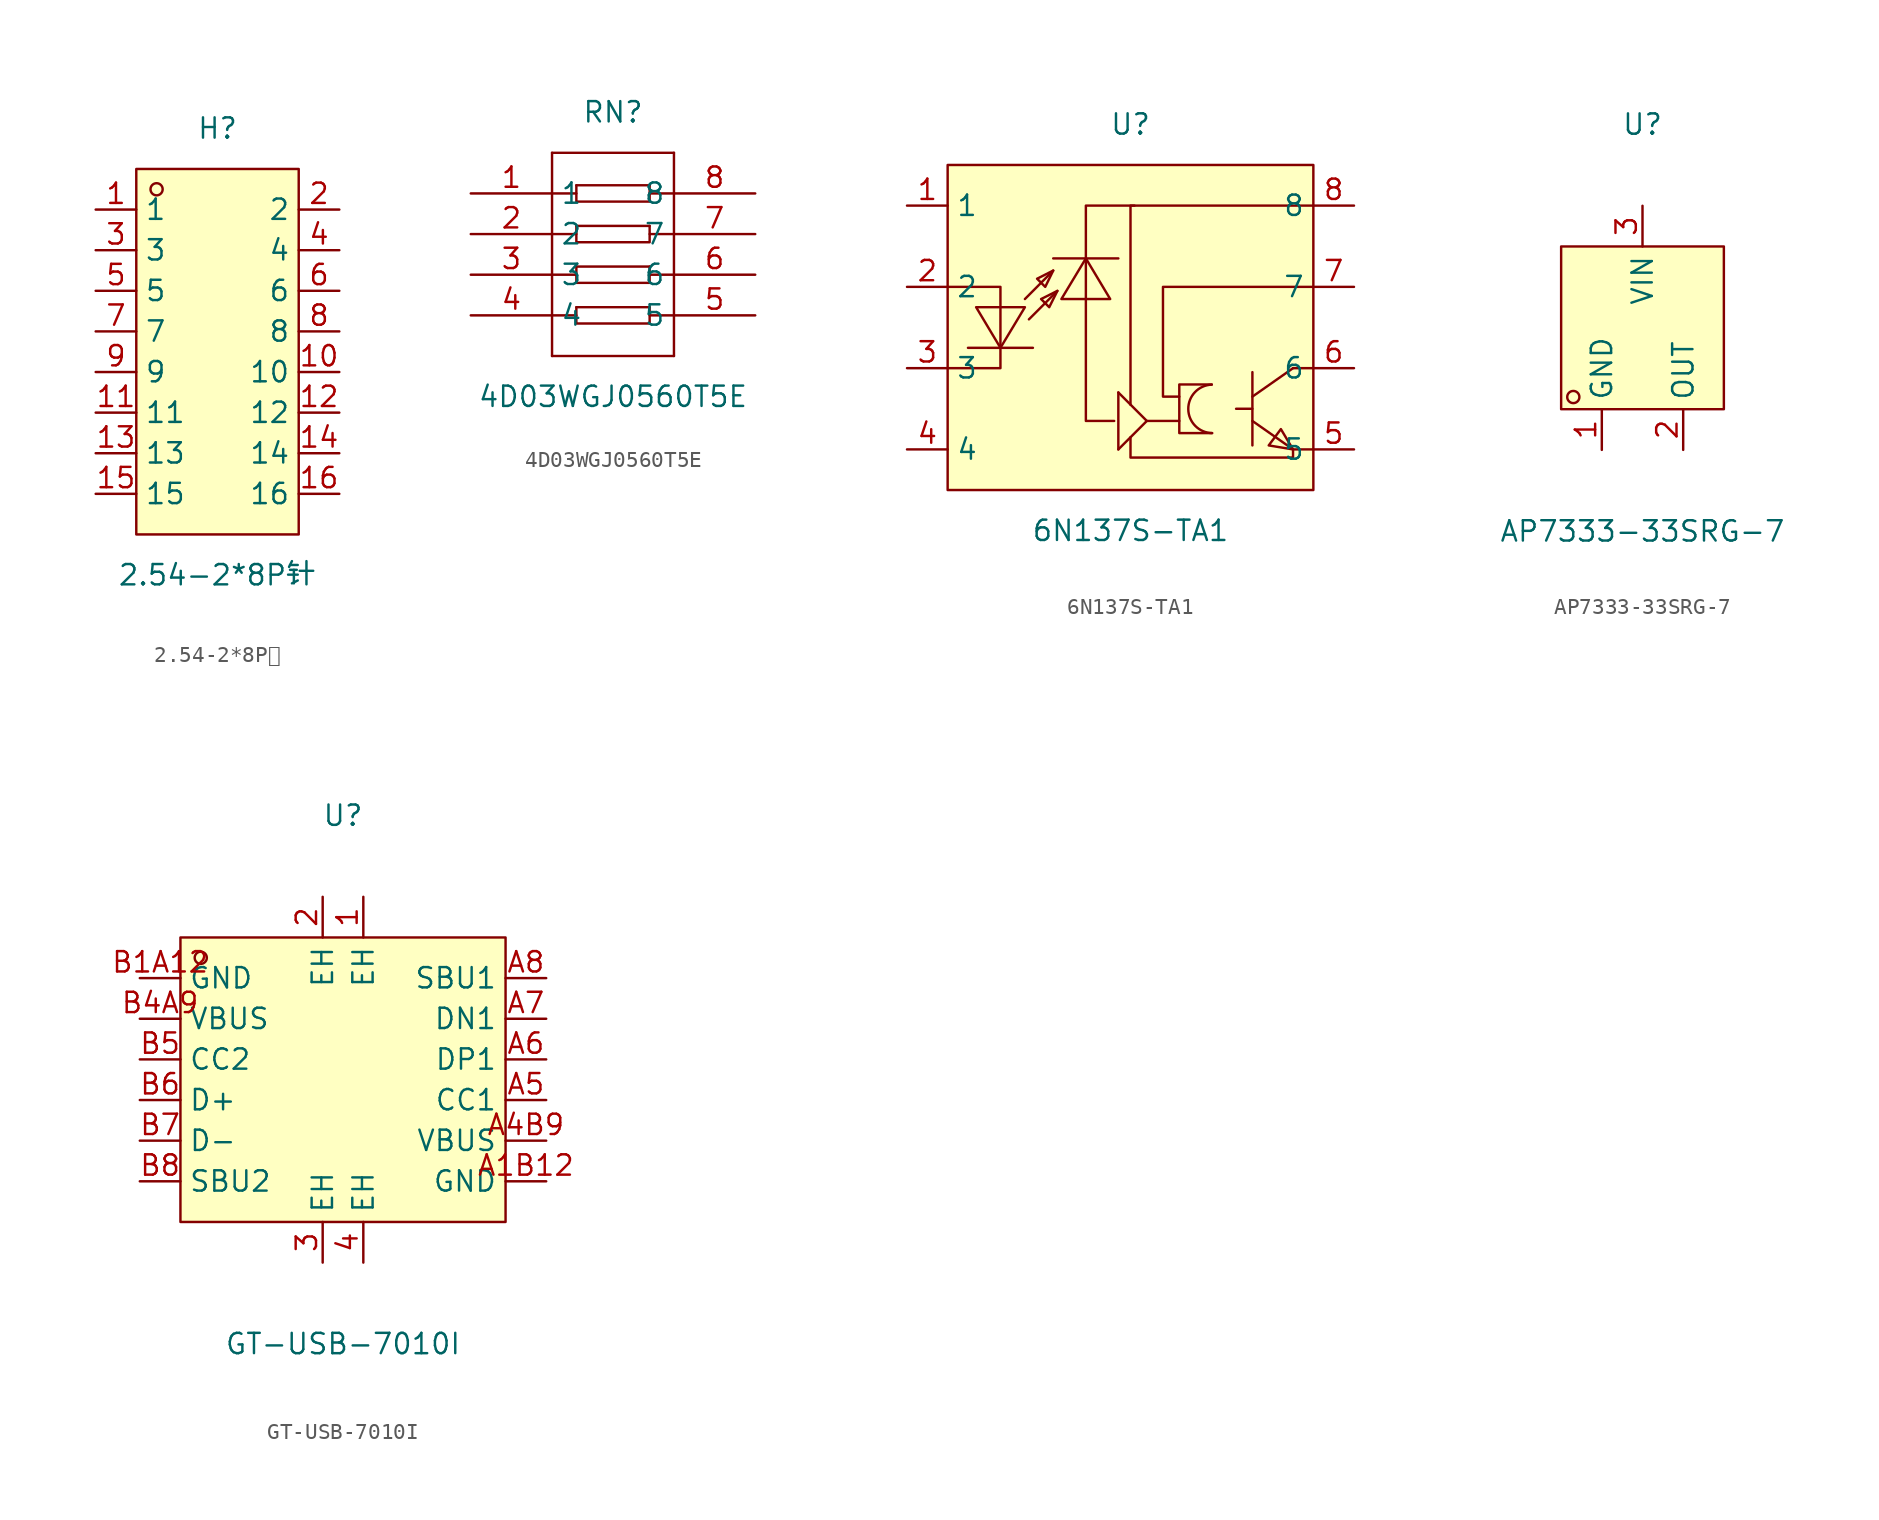
<source format=kicad_sym>
(kicad_symbol_lib
  (version 20211014)
  (generator https://github.com/uPesy/easyeda2kicad.py)
  (symbol "2.54-2*8P针"
    (property "Reference" "H"
      (at 0 13.97 0)
      (effects (font (size 1.27 1.27))))
    (property "Value" "2.54-2*8P针"
      (at 0 -13.97 0)
      (effects (font (size 1.27 1.27))))
    (symbol "2.54-2*8P针_0_1"
      (rectangle (start -5.08 11.43) (end 5.08 -11.43) (stroke (width 0) (type default) (color 0 0 0 0)) (fill (type background)))
      (circle (center -3.81 10.16) (radius 0.38) (stroke (width 0) (type default) (color 0 0 0 0)) (fill (type none)))
      (pin unspecified line (at -7.62 8.89 0) (length 2.54) (name "1" (effects (font (size 1.27 1.27)))) (number "1" (effects (font (size 1.27 1.27)))))
      (pin unspecified line (at 7.62 -8.89 180) (length 2.54) (name "16" (effects (font (size 1.27 1.27)))) (number "16" (effects (font (size 1.27 1.27)))))
      (pin unspecified line (at -7.62 6.35 0) (length 2.54) (name "3" (effects (font (size 1.27 1.27)))) (number "3" (effects (font (size 1.27 1.27)))))
      (pin unspecified line (at 7.62 -6.35 180) (length 2.54) (name "14" (effects (font (size 1.27 1.27)))) (number "14" (effects (font (size 1.27 1.27)))))
      (pin unspecified line (at -7.62 3.81 0) (length 2.54) (name "5" (effects (font (size 1.27 1.27)))) (number "5" (effects (font (size 1.27 1.27)))))
      (pin unspecified line (at 7.62 -3.81 180) (length 2.54) (name "12" (effects (font (size 1.27 1.27)))) (number "12" (effects (font (size 1.27 1.27)))))
      (pin unspecified line (at -7.62 1.27 0) (length 2.54) (name "7" (effects (font (size 1.27 1.27)))) (number "7" (effects (font (size 1.27 1.27)))))
      (pin unspecified line (at 7.62 -1.27 180) (length 2.54) (name "10" (effects (font (size 1.27 1.27)))) (number "10" (effects (font (size 1.27 1.27)))))
      (pin unspecified line (at -7.62 -1.27 0) (length 2.54) (name "9" (effects (font (size 1.27 1.27)))) (number "9" (effects (font (size 1.27 1.27)))))
      (pin unspecified line (at 7.62 1.27 180) (length 2.54) (name "8" (effects (font (size 1.27 1.27)))) (number "8" (effects (font (size 1.27 1.27)))))
      (pin unspecified line (at -7.62 -3.81 0) (length 2.54) (name "11" (effects (font (size 1.27 1.27)))) (number "11" (effects (font (size 1.27 1.27)))))
      (pin unspecified line (at 7.62 3.81 180) (length 2.54) (name "6" (effects (font (size 1.27 1.27)))) (number "6" (effects (font (size 1.27 1.27)))))
      (pin unspecified line (at -7.62 -6.35 0) (length 2.54) (name "13" (effects (font (size 1.27 1.27)))) (number "13" (effects (font (size 1.27 1.27)))))
      (pin unspecified line (at 7.62 6.35 180) (length 2.54) (name "4" (effects (font (size 1.27 1.27)))) (number "4" (effects (font (size 1.27 1.27)))))
      (pin unspecified line (at -7.62 -8.89 0) (length 2.54) (name "15" (effects (font (size 1.27 1.27)))) (number "15" (effects (font (size 1.27 1.27)))))
      (pin unspecified line (at 7.62 8.89 180) (length 2.54) (name "2" (effects (font (size 1.27 1.27)))) (number "2" (effects (font (size 1.27 1.27)))))))
  (symbol "4D03WGJ0560T5E"
    (property "Reference" "RN"
      (at 0 8.89 0)
      (effects (font (size 1.27 1.27))))
    (property "Value" "4D03WGJ0560T5E"
      (at 0 -8.89 0)
      (effects (font (size 1.27 1.27))))
    (symbol "4D03WGJ0560T5E_0_1"
      (polyline (pts (xy -3.81 -3.81) (xy -2.29 -3.81)) (stroke (width 0) (type default) (color 0 0 0 0)) (fill (type none)))
      (polyline (pts (xy -3.81 6.35) (xy -3.81 -6.35)) (stroke (width 0) (type default) (color 0 0 0 0)) (fill (type none)))
      (polyline (pts (xy 3.81 6.35) (xy 3.81 -6.35)) (stroke (width 0) (type default) (color 0 0 0 0)) (fill (type none)))
      (polyline (pts (xy -3.81 3.81) (xy -2.29 3.81)) (stroke (width 0) (type default) (color 0 0 0 0)) (fill (type none)))
      (polyline (pts (xy -3.81 -1.27) (xy -2.29 -1.27)) (stroke (width 0) (type default) (color 0 0 0 0)) (fill (type none)))
      (polyline (pts (xy -3.81 6.35) (xy 3.81 6.35)) (stroke (width 0) (type default) (color 0 0 0 0)) (fill (type none)))
      (polyline (pts (xy -3.81 1.27) (xy -2.29 1.27)) (stroke (width 0) (type default) (color 0 0 0 0)) (fill (type none)))
      (polyline (pts (xy -2.29 4.32) (xy 2.29 4.32)) (stroke (width 0) (type default) (color 0 0 0 0)) (fill (type none)))
      (polyline (pts (xy -2.29 4.32) (xy -2.29 3.30) (xy 2.29 3.30) (xy 2.29 4.32)) (stroke (width 0) (type default) (color 0 0 0 0)) (fill (type none)))
      (polyline (pts (xy -2.29 1.78) (xy 2.29 1.78)) (stroke (width 0) (type default) (color 0 0 0 0)) (fill (type none)))
      (polyline (pts (xy -2.29 1.78) (xy -2.29 0.76) (xy 2.29 0.76) (xy 2.29 1.78)) (stroke (width 0) (type default) (color 0 0 0 0)) (fill (type none)))
      (polyline (pts (xy -2.29 -0.76) (xy 2.29 -0.76)) (stroke (width 0) (type default) (color 0 0 0 0)) (fill (type none)))
      (polyline (pts (xy -2.29 -0.76) (xy -2.29 -1.78) (xy 2.29 -1.78) (xy 2.29 -0.76)) (stroke (width 0) (type default) (color 0 0 0 0)) (fill (type none)))
      (polyline (pts (xy -2.29 -3.30) (xy 2.29 -3.30)) (stroke (width 0) (type default) (color 0 0 0 0)) (fill (type none)))
      (polyline (pts (xy -2.29 -3.30) (xy -2.29 -4.32) (xy 2.29 -4.32) (xy 2.29 -3.30)) (stroke (width 0) (type default) (color 0 0 0 0)) (fill (type none)))
      (polyline (pts (xy 2.29 3.81) (xy 3.81 3.81)) (stroke (width 0) (type default) (color 0 0 0 0)) (fill (type none)))
      (polyline (pts (xy 2.29 1.27) (xy 3.81 1.27)) (stroke (width 0) (type default) (color 0 0 0 0)) (fill (type none)))
      (polyline (pts (xy 2.29 -1.27) (xy 3.81 -1.27)) (stroke (width 0) (type default) (color 0 0 0 0)) (fill (type none)))
      (polyline (pts (xy 2.29 -3.81) (xy 3.81 -3.81)) (stroke (width 0) (type default) (color 0 0 0 0)) (fill (type none)))
      (polyline (pts (xy -3.81 -6.35) (xy 3.81 -6.35)) (stroke (width 0) (type default) (color 0 0 0 0)) (fill (type none)))
      (pin input line (at -8.89 3.81 0) (length 5.08) (name "1" (effects (font (size 1.27 1.27)))) (number "1" (effects (font (size 1.27 1.27)))))
      (pin input line (at -8.89 1.27 0) (length 5.08) (name "2" (effects (font (size 1.27 1.27)))) (number "2" (effects (font (size 1.27 1.27)))))
      (pin input line (at -8.89 -1.27 0) (length 5.08) (name "3" (effects (font (size 1.27 1.27)))) (number "3" (effects (font (size 1.27 1.27)))))
      (pin input line (at -8.89 -3.81 0) (length 5.08) (name "4" (effects (font (size 1.27 1.27)))) (number "4" (effects (font (size 1.27 1.27)))))
      (pin input line (at 8.89 -3.81 180) (length 5.08) (name "5" (effects (font (size 1.27 1.27)))) (number "5" (effects (font (size 1.27 1.27)))))
      (pin input line (at 8.89 -1.27 180) (length 5.08) (name "6" (effects (font (size 1.27 1.27)))) (number "6" (effects (font (size 1.27 1.27)))))
      (pin input line (at 8.89 1.27 180) (length 5.08) (name "7" (effects (font (size 1.27 1.27)))) (number "7" (effects (font (size 1.27 1.27)))))
      (pin input line (at 8.89 3.81 180) (length 5.08) (name "8" (effects (font (size 1.27 1.27)))) (number "8" (effects (font (size 1.27 1.27)))))))
  (symbol "6N137S-TA1"
    (property "Reference" "U"
      (at 0 12.70 0)
      (effects (font (size 1.27 1.27))))
    (property "Value" "6N137S-TA1"
      (at 0 -12.70 0)
      (effects (font (size 1.27 1.27))))
    (symbol "6N137S-TA1_0_1"
      (rectangle (start -11.43 10.16) (end 11.43 -10.16) (stroke (width 0) (type default) (color 0 0 0 0)) (fill (type background)))
      (arc (start 5.08 -3.57) (mid 4.76 -6.57) (end 5.11 -6.60) (stroke (width 0) (type default) (color 0 0 0 0)) (fill (type none)))
      (polyline (pts (xy -4.83 3.56) (xy -5.84 3.05) (xy -5.33 2.54) (xy -4.83 3.56)) (stroke (width 0) (type default) (color 0 0 0 0)) (fill (type background)))
      (polyline (pts (xy -4.57 2.29) (xy -5.59 1.78) (xy -5.08 1.27) (xy -4.57 2.29)) (stroke (width 0) (type default) (color 0 0 0 0)) (fill (type background)))
      (polyline (pts (xy -9.65 1.27) (xy -8.13 -1.27) (xy -6.60 1.27) (xy -9.65 1.27)) (stroke (width 0) (type default) (color 0 0 0 0)) (fill (type background)))
      (polyline (pts (xy -1.27 1.78) (xy -2.79 4.32) (xy -4.32 1.78) (xy -1.27 1.78)) (stroke (width 0) (type default) (color 0 0 0 0)) (fill (type background)))
      (polyline (pts (xy 10.16 -2.54) (xy 7.62 -4.32)) (stroke (width 0) (type default) (color 0 0 0 0)) (fill (type none)))
      (polyline (pts (xy 7.62 -5.84) (xy 10.16 -7.62)) (stroke (width 0) (type default) (color 0 0 0 0)) (fill (type none)))
      (polyline (pts (xy 7.62 -2.79) (xy 7.62 -7.37)) (stroke (width 0) (type default) (color 0 0 0 0)) (fill (type none)))
      (polyline (pts (xy -6.60 1.78) (xy -4.83 3.56)) (stroke (width 0) (type default) (color 0 0 0 0)) (fill (type none)))
      (polyline (pts (xy -6.35 0.51) (xy -4.57 2.29)) (stroke (width 0) (type default) (color 0 0 0 0)) (fill (type none)))
      (polyline (pts (xy -6.10 -1.27) (xy -10.16 -1.27)) (stroke (width 0) (type default) (color 0 0 0 0)) (fill (type none)))
      (polyline (pts (xy -11.43 2.54) (xy -8.13 2.54) (xy -8.13 -2.54) (xy -11.43 -2.54)) (stroke (width 0) (type default) (color 0 0 0 0)) (fill (type none)))
      (polyline (pts (xy -4.83 4.32) (xy -0.76 4.32)) (stroke (width 0) (type default) (color 0 0 0 0)) (fill (type none)))
      (polyline (pts (xy 5.08 -3.56) (xy 3.05 -3.56) (xy 3.05 -6.60) (xy 5.08 -6.60)) (stroke (width 0) (type default) (color 0 0 0 0)) (fill (type none)))
      (polyline (pts (xy 3.05 -4.32) (xy 2.03 -4.32) (xy 2.03 2.54) (xy 11.43 2.54)) (stroke (width 0) (type default) (color 0 0 0 0)) (fill (type none)))
      (polyline (pts (xy 10.16 -2.54) (xy 11.43 -2.54)) (stroke (width 0) (type default) (color 0 0 0 0)) (fill (type none)))
      (polyline (pts (xy 10.16 -7.62) (xy 11.43 -7.62)) (stroke (width 0) (type default) (color 0 0 0 0)) (fill (type none)))
      (polyline (pts (xy 7.62 -5.08) (xy 6.60 -5.08)) (stroke (width 0) (type default) (color 0 0 0 0)) (fill (type none)))
      (polyline (pts (xy 3.05 -5.84) (xy 1.02 -5.84)) (stroke (width 0) (type default) (color 0 0 0 0)) (fill (type none)))
      (polyline (pts (xy -0.76 -4.06) (xy 1.02 -5.84) (xy -0.76 -7.62)) (stroke (width 0) (type default) (color 0 0 0 0)) (fill (type none)))
      (polyline (pts (xy -0.76 -7.62) (xy -0.76 -4.06)) (stroke (width 0) (type default) (color 0 0 0 0)) (fill (type none)))
      (polyline (pts (xy 0.00 -4.83) (xy 0.00 7.62) (xy 11.43 7.62)) (stroke (width 0) (type default) (color 0 0 0 0)) (fill (type none)))
      (polyline (pts (xy 0.00 -6.86) (xy 0.00 -8.13) (xy 10.16 -8.13) (xy 10.16 -7.62)) (stroke (width 0) (type default) (color 0 0 0 0)) (fill (type none)))
      (polyline (pts (xy 0.25 7.62) (xy -2.79 7.62) (xy -2.79 -5.84) (xy -1.02 -5.84)) (stroke (width 0) (type default) (color 0 0 0 0)) (fill (type none)))
      (polyline (pts (xy 10.16 -7.62) (xy 9.40 -6.35) (xy 8.64 -7.37) (xy 10.16 -7.62)) (stroke (width 0) (type default) (color 0 0 0 0)) (fill (type background)))
      (pin unspecified line (at -13.97 -2.54 0) (length 2.54) (name "3" (effects (font (size 1.27 1.27)))) (number "3" (effects (font (size 1.27 1.27)))))
      (pin unspecified line (at -13.97 2.54 0) (length 2.54) (name "2" (effects (font (size 1.27 1.27)))) (number "2" (effects (font (size 1.27 1.27)))))
      (pin unspecified line (at 13.97 -7.62 180) (length 2.54) (name "5" (effects (font (size 1.27 1.27)))) (number "5" (effects (font (size 1.27 1.27)))))
      (pin unspecified line (at 13.97 -2.54 180) (length 2.54) (name "6" (effects (font (size 1.27 1.27)))) (number "6" (effects (font (size 1.27 1.27)))))
      (pin unspecified line (at -13.97 7.62 0) (length 2.54) (name "1" (effects (font (size 1.27 1.27)))) (number "1" (effects (font (size 1.27 1.27)))))
      (pin unspecified line (at -13.97 -7.62 0) (length 2.54) (name "4" (effects (font (size 1.27 1.27)))) (number "4" (effects (font (size 1.27 1.27)))))
      (pin unspecified line (at 13.97 2.54 180) (length 2.54) (name "7" (effects (font (size 1.27 1.27)))) (number "7" (effects (font (size 1.27 1.27)))))
      (pin unspecified line (at 13.97 7.62 180) (length 2.54) (name "8" (effects (font (size 1.27 1.27)))) (number "8" (effects (font (size 1.27 1.27)))))))
  (symbol "AP7333-33SRG-7"
    (property "Reference" "U"
      (at 0 12.70 0)
      (effects (font (size 1.27 1.27))))
    (property "Value" "AP7333-33SRG-7"
      (at 0 -12.70 0)
      (effects (font (size 1.27 1.27))))
    (symbol "AP7333-33SRG-7_0_1"
      (rectangle (start -5.08 5.08) (end 5.08 -5.08) (stroke (width 0) (type default) (color 0 0 0 0)) (fill (type background)))
      (circle (center -4.32 -4.32) (radius 0.38) (stroke (width 0) (type default) (color 0 0 0 0)) (fill (type none)))
      (pin unspecified line (at -2.54 -7.62 90) (length 2.54) (name "GND" (effects (font (size 1.27 1.27)))) (number "1" (effects (font (size 1.27 1.27)))))
      (pin unspecified line (at 2.54 -7.62 90) (length 2.54) (name "OUT" (effects (font (size 1.27 1.27)))) (number "2" (effects (font (size 1.27 1.27)))))
      (pin unspecified line (at 0.00 7.62 270) (length 2.54) (name "VIN" (effects (font (size 1.27 1.27)))) (number "3" (effects (font (size 1.27 1.27)))))))
  (symbol "GT-USB-7010I"
    (property "Reference" "U"
      (at 0 15.24 0)
      (effects (font (size 1.27 1.27))))
    (property "Value" "GT-USB-7010I"
      (at 0 -17.78 0)
      (effects (font (size 1.27 1.27))))
    (symbol "GT-USB-7010I_0_1"
      (rectangle (start -10.16 7.62) (end 10.16 -10.16) (stroke (width 0) (type default) (color 0 0 0 0)) (fill (type background)))
      (circle (center -8.89 6.35) (radius 0.38) (stroke (width 0) (type default) (color 0 0 0 0)) (fill (type none)))
      (pin unspecified line (at -12.70 5.08 0) (length 2.54) (name "GND" (effects (font (size 1.27 1.27)))) (number "B1A12" (effects (font (size 1.27 1.27)))))
      (pin unspecified line (at 12.70 2.54 180) (length 2.54) (name "DN1" (effects (font (size 1.27 1.27)))) (number "A7" (effects (font (size 1.27 1.27)))))
      (pin unspecified line (at 12.70 -0.00 180) (length 2.54) (name "DP1" (effects (font (size 1.27 1.27)))) (number "A6" (effects (font (size 1.27 1.27)))))
      (pin unspecified line (at 12.70 -2.54 180) (length 2.54) (name "CC1" (effects (font (size 1.27 1.27)))) (number "A5" (effects (font (size 1.27 1.27)))))
      (pin unspecified line (at 12.70 -7.62 180) (length 2.54) (name "GND" (effects (font (size 1.27 1.27)))) (number "A1B12" (effects (font (size 1.27 1.27)))))
      (pin unspecified line (at -12.70 -5.08 0) (length 2.54) (name "D-" (effects (font (size 1.27 1.27)))) (number "B7" (effects (font (size 1.27 1.27)))))
      (pin unspecified line (at -12.70 -2.54 0) (length 2.54) (name "D+" (effects (font (size 1.27 1.27)))) (number "B6" (effects (font (size 1.27 1.27)))))
      (pin unspecified line (at -12.70 -0.00 0) (length 2.54) (name "CC2" (effects (font (size 1.27 1.27)))) (number "B5" (effects (font (size 1.27 1.27)))))
      (pin unspecified line (at 12.70 5.08 180) (length 2.54) (name "SBU1" (effects (font (size 1.27 1.27)))) (number "A8" (effects (font (size 1.27 1.27)))))
      (pin unspecified line (at -12.70 -7.62 0) (length 2.54) (name "SBU2" (effects (font (size 1.27 1.27)))) (number "B8" (effects (font (size 1.27 1.27)))))
      (pin unspecified line (at -12.70 2.54 0) (length 2.54) (name "VBUS" (effects (font (size 1.27 1.27)))) (number "B4A9" (effects (font (size 1.27 1.27)))))
      (pin unspecified line (at 12.70 -5.08 180) (length 2.54) (name "VBUS" (effects (font (size 1.27 1.27)))) (number "A4B9" (effects (font (size 1.27 1.27)))))
      (pin unspecified line (at 1.27 10.16 270) (length 2.54) (name "EH" (effects (font (size 1.27 1.27)))) (number "1" (effects (font (size 1.27 1.27)))))
      (pin unspecified line (at 1.27 -12.70 90) (length 2.54) (name "EH" (effects (font (size 1.27 1.27)))) (number "4" (effects (font (size 1.27 1.27)))))
      (pin unspecified line (at -1.27 10.16 270) (length 2.54) (name "EH" (effects (font (size 1.27 1.27)))) (number "2" (effects (font (size 1.27 1.27)))))
      (pin unspecified line (at -1.27 -12.70 90) (length 2.54) (name "EH" (effects (font (size 1.27 1.27)))) (number "3" (effects (font (size 1.27 1.27))))))))
</source>
